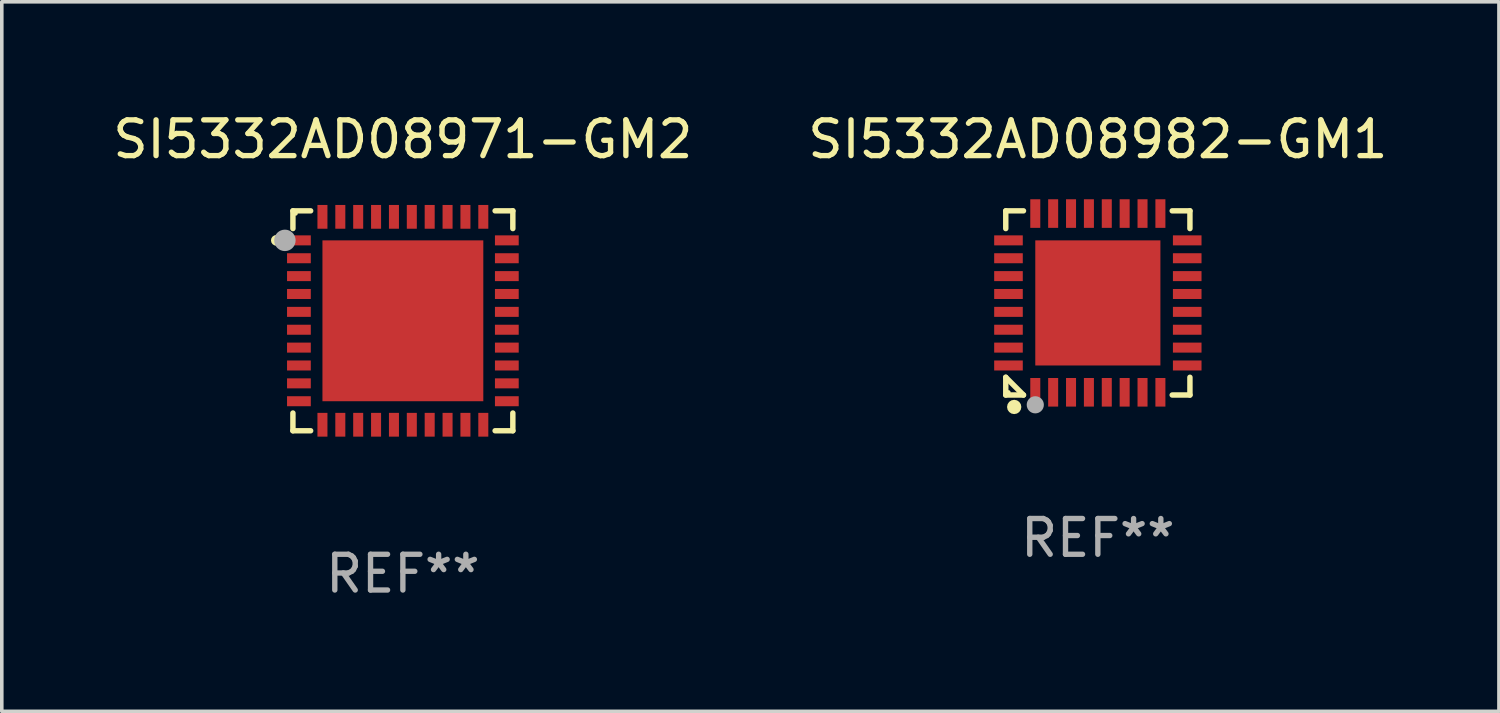
<source format=kicad_pcb>
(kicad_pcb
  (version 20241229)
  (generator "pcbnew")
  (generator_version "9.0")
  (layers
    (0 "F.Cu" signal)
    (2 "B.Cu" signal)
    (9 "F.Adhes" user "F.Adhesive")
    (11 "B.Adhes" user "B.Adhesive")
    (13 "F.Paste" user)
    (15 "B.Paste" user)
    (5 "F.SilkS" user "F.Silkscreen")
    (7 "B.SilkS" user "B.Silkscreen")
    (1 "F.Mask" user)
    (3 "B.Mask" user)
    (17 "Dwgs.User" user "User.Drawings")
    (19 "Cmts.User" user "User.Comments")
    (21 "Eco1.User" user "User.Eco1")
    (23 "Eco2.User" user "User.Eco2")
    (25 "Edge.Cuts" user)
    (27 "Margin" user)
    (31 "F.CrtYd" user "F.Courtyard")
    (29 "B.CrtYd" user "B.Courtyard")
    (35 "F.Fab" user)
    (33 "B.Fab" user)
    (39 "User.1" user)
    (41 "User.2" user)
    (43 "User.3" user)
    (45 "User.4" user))
  (footprint "SI5332AD08982-GM1"
    (layer "F.Cu")
    (at 27.661 5.424)
    (property "Reference" "SI5332AD08982-GM1" (at 0 -4.576 0) (layer "F.SilkS") (effects (font (size 1 1) (thickness 0.15))))
    (attr through_hole)
    (fp_line (start -2.576 -2.576) (end -2.08 -2.576) (stroke (width 0.152) (type solid)) (layer "F.SilkS"))
    (fp_line (start -2.576 -2.08) (end -2.576 -2.576) (stroke (width 0.152) (type solid)) (layer "F.SilkS"))
    (fp_line (start -2.576 2.08) (end -2.576 2.576) (stroke (width 0.152) (type solid)) (layer "F.SilkS"))
    (fp_line (start -2.576 2.08) (end -2.08 2.576) (stroke (width 0.152) (type solid)) (layer "F.SilkS"))
    (fp_line (start -2.576 2.576) (end -2.08 2.576) (stroke (width 0.152) (type solid)) (layer "F.SilkS"))
    (fp_line (start 2.576 -2.576) (end 2.08 -2.576) (stroke (width 0.152) (type solid)) (layer "F.SilkS"))
    (fp_line (start 2.576 -2.08) (end 2.576 -2.576) (stroke (width 0.152) (type solid)) (layer "F.SilkS"))
    (fp_line (start 2.576 2.08) (end 2.576 2.576) (stroke (width 0.152) (type solid)) (layer "F.SilkS"))
    (fp_line (start 2.576 2.576) (end 2.08 2.576) (stroke (width 0.152) (type solid)) (layer "F.SilkS"))
    (fp_circle (center -2.5 2.5) (end -2.47 2.5) (stroke (width 0.06) (type solid)) (fill no) (layer "F.SilkS"))
    (fp_circle (center -2.34 2.91) (end -2.24 2.91) (stroke (width 0.2) (type solid)) (fill no) (layer "F.SilkS"))
    (fp_circle (center -1.75 2.85) (end -1.63 2.85) (stroke (width 0.24) (type solid)) (fill no) (layer "F.Fab"))
    (fp_text user "REF**" (at 0 6.576 0) (layer "F.Fab") (effects (font (size 1 1) (thickness 0.15))))
    (pad "1" smd rect (at -1.75 2.5) (size 0.28 0.8) (layers "F.Cu" "F.Mask" "F.Paste"))
    (pad "2" smd rect (at -1.25 2.5) (size 0.28 0.8) (layers "F.Cu" "F.Mask" "F.Paste"))
    (pad "3" smd rect (at -0.75 2.5) (size 0.28 0.8) (layers "F.Cu" "F.Mask" "F.Paste"))
    (pad "4" smd rect (at -0.25 2.5) (size 0.28 0.8) (layers "F.Cu" "F.Mask" "F.Paste"))
    (pad "5" smd rect (at 0.25 2.5) (size 0.28 0.8) (layers "F.Cu" "F.Mask" "F.Paste"))
    (pad "6" smd rect (at 0.75 2.5) (size 0.28 0.8) (layers "F.Cu" "F.Mask" "F.Paste"))
    (pad "7" smd rect (at 1.25 2.5) (size 0.28 0.8) (layers "F.Cu" "F.Mask" "F.Paste"))
    (pad "8" smd rect (at 1.75 2.5) (size 0.28 0.8) (layers "F.Cu" "F.Mask" "F.Paste"))
    (pad "9" smd rect (at 2.5 1.75) (size 0.8 0.28) (layers "F.Cu" "F.Mask" "F.Paste"))
    (pad "10" smd rect (at 2.5 1.25) (size 0.8 0.28) (layers "F.Cu" "F.Mask" "F.Paste"))
    (pad "11" smd rect (at 2.5 0.75) (size 0.8 0.28) (layers "F.Cu" "F.Mask" "F.Paste"))
    (pad "12" smd rect (at 2.5 0.25) (size 0.8 0.28) (layers "F.Cu" "F.Mask" "F.Paste"))
    (pad "13" smd rect (at 2.5 -0.25) (size 0.8 0.28) (layers "F.Cu" "F.Mask" "F.Paste"))
    (pad "14" smd rect (at 2.5 -0.75) (size 0.8 0.28) (layers "F.Cu" "F.Mask" "F.Paste"))
    (pad "15" smd rect (at 2.5 -1.25) (size 0.8 0.28) (layers "F.Cu" "F.Mask" "F.Paste"))
    (pad "16" smd rect (at 2.5 -1.75) (size 0.8 0.28) (layers "F.Cu" "F.Mask" "F.Paste"))
    (pad "17" smd rect (at 1.75 -2.5) (size 0.28 0.8) (layers "F.Cu" "F.Mask" "F.Paste"))
    (pad "18" smd rect (at 1.25 -2.5) (size 0.28 0.8) (layers "F.Cu" "F.Mask" "F.Paste"))
    (pad "19" smd rect (at 0.75 -2.5) (size 0.28 0.8) (layers "F.Cu" "F.Mask" "F.Paste"))
    (pad "20" smd rect (at 0.25 -2.5) (size 0.28 0.8) (layers "F.Cu" "F.Mask" "F.Paste"))
    (pad "21" smd rect (at -0.25 -2.5) (size 0.28 0.8) (layers "F.Cu" "F.Mask" "F.Paste"))
    (pad "22" smd rect (at -0.75 -2.5) (size 0.28 0.8) (layers "F.Cu" "F.Mask" "F.Paste"))
    (pad "23" smd rect (at -1.25 -2.5) (size 0.28 0.8) (layers "F.Cu" "F.Mask" "F.Paste"))
    (pad "24" smd rect (at -1.75 -2.5) (size 0.28 0.8) (layers "F.Cu" "F.Mask" "F.Paste"))
    (pad "25" smd rect (at -2.5 -1.75) (size 0.8 0.28) (layers "F.Cu" "F.Mask" "F.Paste"))
    (pad "26" smd rect (at -2.5 -1.25) (size 0.8 0.28) (layers "F.Cu" "F.Mask" "F.Paste"))
    (pad "27" smd rect (at -2.5 -0.75) (size 0.8 0.28) (layers "F.Cu" "F.Mask" "F.Paste"))
    (pad "28" smd rect (at -2.5 -0.25) (size 0.8 0.28) (layers "F.Cu" "F.Mask" "F.Paste"))
    (pad "29" smd rect (at -2.5 0.25) (size 0.8 0.28) (layers "F.Cu" "F.Mask" "F.Paste"))
    (pad "30" smd rect (at -2.5 0.75) (size 0.8 0.28) (layers "F.Cu" "F.Mask" "F.Paste"))
    (pad "31" smd rect (at -2.5 1.25) (size 0.8 0.28) (layers "F.Cu" "F.Mask" "F.Paste"))
    (pad "32" smd rect (at -2.5 1.75) (size 0.8 0.28) (layers "F.Cu" "F.Mask" "F.Paste"))
    (pad "33" smd rect (at 0 0) (size 3.5 3.5) (layers "F.Cu" "F.Mask" "F.Paste")))
  (footprint "SI5332AD08971-GM2"
    (layer "F.Cu")
    (at 8.22 5.924)
    (property "Reference" "SI5332AD08971-GM2" (at 0 -5.076 0) (layer "F.SilkS") (effects (font (size 1 1) (thickness 0.15))))
    (attr through_hole)
    (fp_line (start -3.076 -3.076) (end -3.076 -2.58) (stroke (width 0.152) (type solid)) (layer "F.SilkS"))
    (fp_line (start -3.076 3.076) (end -3.076 2.58) (stroke (width 0.152) (type solid)) (layer "F.SilkS"))
    (fp_line (start -2.58 -3.076) (end -3.076 -3.076) (stroke (width 0.152) (type solid)) (layer "F.SilkS"))
    (fp_line (start -2.58 3.076) (end -3.076 3.076) (stroke (width 0.152) (type solid)) (layer "F.SilkS"))
    (fp_line (start 2.58 -3.076) (end 3.076 -3.076) (stroke (width 0.152) (type solid)) (layer "F.SilkS"))
    (fp_line (start 2.58 3.076) (end 3.076 3.076) (stroke (width 0.152) (type solid)) (layer "F.SilkS"))
    (fp_line (start 3.076 -3.076) (end 3.076 -2.58) (stroke (width 0.152) (type solid)) (layer "F.SilkS"))
    (fp_line (start 3.076 3.076) (end 3.076 2.58) (stroke (width 0.152) (type solid)) (layer "F.SilkS"))
    (fp_circle (center -3.54 -2.25) (end -3.465 -2.25) (stroke (width 0.15) (type solid)) (fill no) (layer "F.SilkS"))
    (fp_circle (center -3 -3) (end -2.97 -3) (stroke (width 0.06) (type solid)) (fill no) (layer "F.SilkS"))
    (fp_circle (center -3.3 -2.25) (end -3.15 -2.25) (stroke (width 0.3) (type solid)) (fill no) (layer "F.Fab"))
    (fp_text user "REF**" (at 0 7.076 0) (layer "F.Fab") (effects (font (size 1 1) (thickness 0.15))))
    (pad "1" smd rect (at -2.908 -2.25) (size 0.665 0.28) (layers "F.Cu" "F.Mask" "F.Paste"))
    (pad "2" smd rect (at -2.908 -1.75) (size 0.665 0.28) (layers "F.Cu" "F.Mask" "F.Paste"))
    (pad "3" smd rect (at -2.908 -1.25) (size 0.665 0.28) (layers "F.Cu" "F.Mask" "F.Paste"))
    (pad "4" smd rect (at -2.908 -0.75) (size 0.665 0.28) (layers "F.Cu" "F.Mask" "F.Paste"))
    (pad "5" smd rect (at -2.908 -0.25) (size 0.665 0.28) (layers "F.Cu" "F.Mask" "F.Paste"))
    (pad "6" smd rect (at -2.908 0.25) (size 0.665 0.28) (layers "F.Cu" "F.Mask" "F.Paste"))
    (pad "7" smd rect (at -2.908 0.75) (size 0.665 0.28) (layers "F.Cu" "F.Mask" "F.Paste"))
    (pad "8" smd rect (at -2.908 1.25) (size 0.665 0.28) (layers "F.Cu" "F.Mask" "F.Paste"))
    (pad "9" smd rect (at -2.908 1.75) (size 0.665 0.28) (layers "F.Cu" "F.Mask" "F.Paste"))
    (pad "10" smd rect (at -2.908 2.25) (size 0.665 0.28) (layers "F.Cu" "F.Mask" "F.Paste"))
    (pad "11" smd rect (at -2.25 2.908) (size 0.28 0.665) (layers "F.Cu" "F.Mask" "F.Paste"))
    (pad "12" smd rect (at -1.75 2.908) (size 0.28 0.665) (layers "F.Cu" "F.Mask" "F.Paste"))
    (pad "13" smd rect (at -1.25 2.908) (size 0.28 0.665) (layers "F.Cu" "F.Mask" "F.Paste"))
    (pad "14" smd rect (at -0.75 2.908) (size 0.28 0.665) (layers "F.Cu" "F.Mask" "F.Paste"))
    (pad "15" smd rect (at -0.25 2.908) (size 0.28 0.665) (layers "F.Cu" "F.Mask" "F.Paste"))
    (pad "16" smd rect (at 0.25 2.908) (size 0.28 0.665) (layers "F.Cu" "F.Mask" "F.Paste"))
    (pad "17" smd rect (at 0.75 2.908) (size 0.28 0.665) (layers "F.Cu" "F.Mask" "F.Paste"))
    (pad "18" smd rect (at 1.25 2.908) (size 0.28 0.665) (layers "F.Cu" "F.Mask" "F.Paste"))
    (pad "19" smd rect (at 1.75 2.908) (size 0.28 0.665) (layers "F.Cu" "F.Mask" "F.Paste"))
    (pad "20" smd rect (at 2.25 2.908) (size 0.28 0.665) (layers "F.Cu" "F.Mask" "F.Paste"))
    (pad "21" smd rect (at 2.908 2.25) (size 0.665 0.28) (layers "F.Cu" "F.Mask" "F.Paste"))
    (pad "22" smd rect (at 2.908 1.75) (size 0.665 0.28) (layers "F.Cu" "F.Mask" "F.Paste"))
    (pad "23" smd rect (at 2.908 1.25) (size 0.665 0.28) (layers "F.Cu" "F.Mask" "F.Paste"))
    (pad "24" smd rect (at 2.908 0.75) (size 0.665 0.28) (layers "F.Cu" "F.Mask" "F.Paste"))
    (pad "25" smd rect (at 2.908 0.25) (size 0.665 0.28) (layers "F.Cu" "F.Mask" "F.Paste"))
    (pad "26" smd rect (at 2.908 -0.25) (size 0.665 0.28) (layers "F.Cu" "F.Mask" "F.Paste"))
    (pad "27" smd rect (at 2.908 -0.75) (size 0.665 0.28) (layers "F.Cu" "F.Mask" "F.Paste"))
    (pad "28" smd rect (at 2.908 -1.25) (size 0.665 0.28) (layers "F.Cu" "F.Mask" "F.Paste"))
    (pad "29" smd rect (at 2.908 -1.75) (size 0.665 0.28) (layers "F.Cu" "F.Mask" "F.Paste"))
    (pad "30" smd rect (at 2.908 -2.25) (size 0.665 0.28) (layers "F.Cu" "F.Mask" "F.Paste"))
    (pad "31" smd rect (at 2.25 -2.908) (size 0.28 0.665) (layers "F.Cu" "F.Mask" "F.Paste"))
    (pad "32" smd rect (at 1.75 -2.908) (size 0.28 0.665) (layers "F.Cu" "F.Mask" "F.Paste"))
    (pad "33" smd rect (at 1.25 -2.908) (size 0.28 0.665) (layers "F.Cu" "F.Mask" "F.Paste"))
    (pad "34" smd rect (at 0.75 -2.908) (size 0.28 0.665) (layers "F.Cu" "F.Mask" "F.Paste"))
    (pad "35" smd rect (at 0.25 -2.908) (size 0.28 0.665) (layers "F.Cu" "F.Mask" "F.Paste"))
    (pad "36" smd rect (at -0.25 -2.908) (size 0.28 0.665) (layers "F.Cu" "F.Mask" "F.Paste"))
    (pad "37" smd rect (at -0.75 -2.908) (size 0.28 0.665) (layers "F.Cu" "F.Mask" "F.Paste"))
    (pad "38" smd rect (at -1.25 -2.908) (size 0.28 0.665) (layers "F.Cu" "F.Mask" "F.Paste"))
    (pad "39" smd rect (at -1.75 -2.908) (size 0.28 0.665) (layers "F.Cu" "F.Mask" "F.Paste"))
    (pad "40" smd rect (at -2.25 -2.908) (size 0.28 0.665) (layers "F.Cu" "F.Mask" "F.Paste"))
    (pad "41" smd rect (at 0 0) (size 4.5 4.5) (layers "F.Cu" "F.Mask" "F.Paste")))
  (gr_rect
    (start -3 -3)
    (end 38.881 16.849)
    (stroke (width 0.1) (type default))
    (fill no)
    (layer "Edge.Cuts")))
</source>
